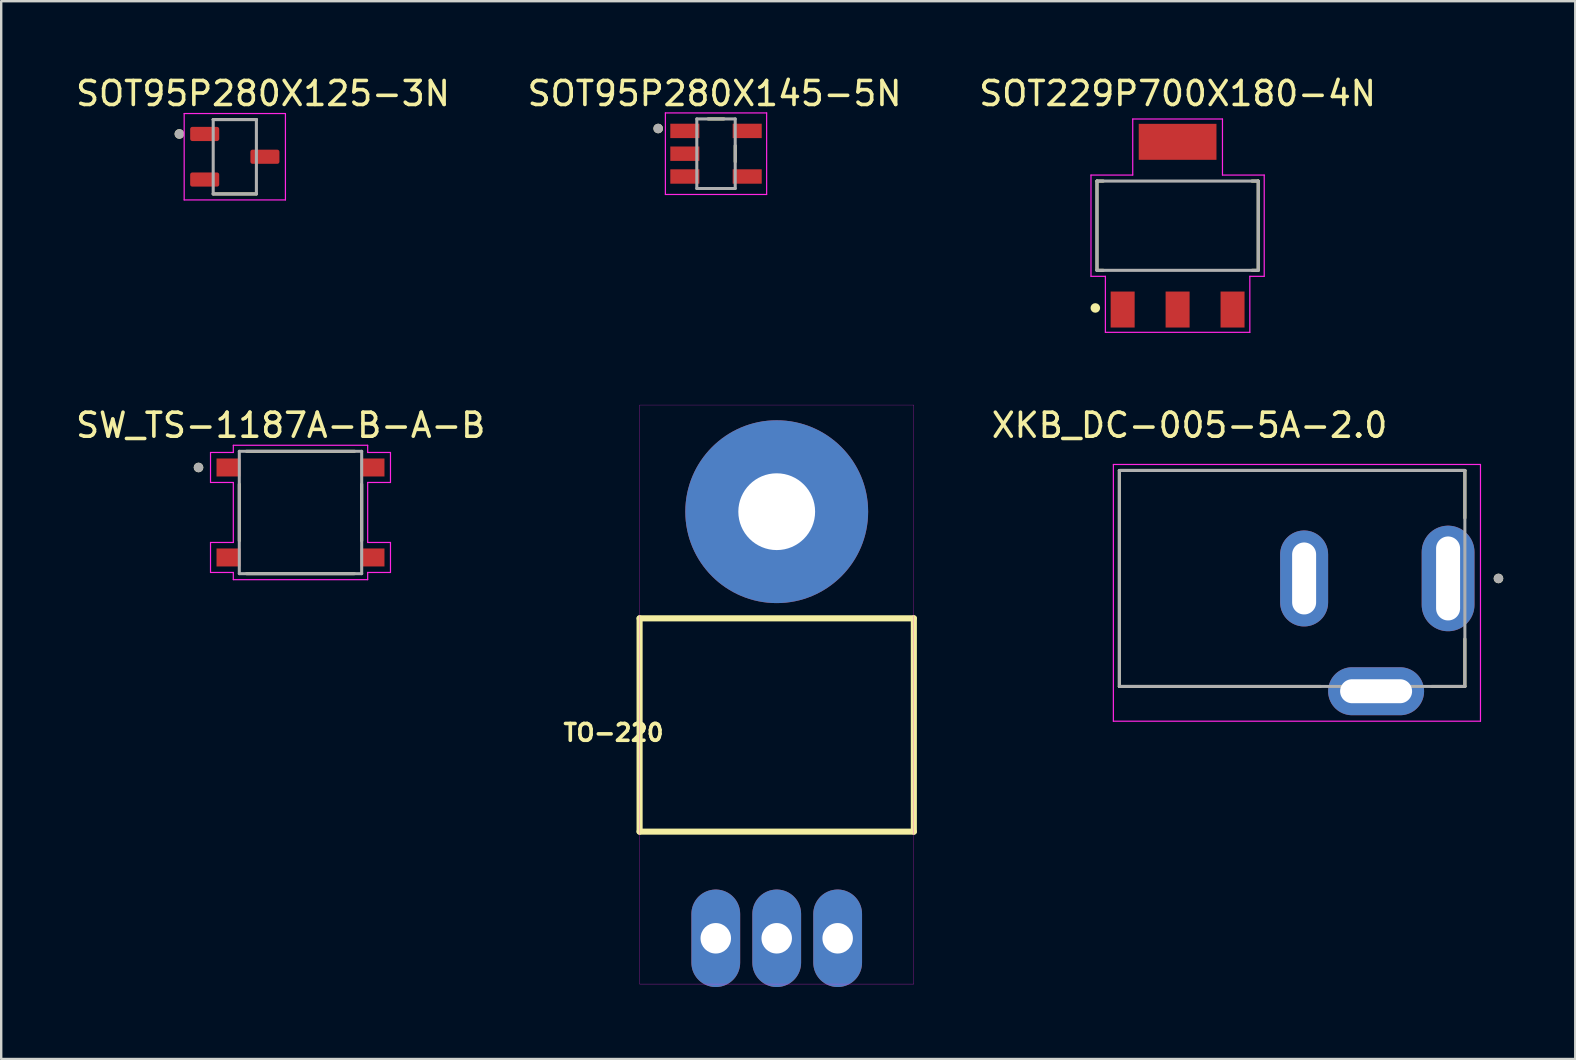
<source format=kicad_pcb>
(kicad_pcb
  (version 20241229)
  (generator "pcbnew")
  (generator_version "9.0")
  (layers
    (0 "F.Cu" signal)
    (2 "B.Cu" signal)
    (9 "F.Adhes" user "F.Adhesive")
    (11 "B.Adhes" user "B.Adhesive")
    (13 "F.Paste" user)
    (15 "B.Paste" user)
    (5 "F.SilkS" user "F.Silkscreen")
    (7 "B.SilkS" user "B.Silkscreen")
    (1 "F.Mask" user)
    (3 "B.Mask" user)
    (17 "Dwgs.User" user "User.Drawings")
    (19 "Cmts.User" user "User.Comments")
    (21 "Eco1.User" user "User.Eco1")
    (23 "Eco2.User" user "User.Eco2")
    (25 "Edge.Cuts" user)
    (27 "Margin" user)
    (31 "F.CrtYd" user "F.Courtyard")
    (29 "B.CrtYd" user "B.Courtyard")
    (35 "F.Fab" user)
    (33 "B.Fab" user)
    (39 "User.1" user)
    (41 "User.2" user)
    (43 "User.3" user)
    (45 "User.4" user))
  (footprint "TO-220"
    (layer "F.Cu")
    (at 29.322 24.626)
    (property "Reference" "TO-220" (at -6.801 2.86 180) (layer "F.SilkS") (effects (font (size 0.701 0.701) (thickness 0.15))))
    (attr through_hole)
    (fp_line (start -5.715 -1.905) (end 5.715 -1.905) (stroke (width 0.254) (type solid)) (layer "F.SilkS"))
    (fp_line (start -5.715 6.985) (end -5.715 -1.905) (stroke (width 0.254) (type solid)) (layer "F.SilkS"))
    (fp_line (start 5.715 -1.905) (end 5.715 6.985) (stroke (width 0.254) (type solid)) (layer "F.SilkS"))
    (fp_line (start 5.715 6.985) (end -5.715 6.985) (stroke (width 0.254) (type solid)) (layer "F.SilkS"))
    (fp_poly (pts (xy -5.716 -10.795) (xy 5.715 -10.795) (xy 5.715 13.338) (xy -5.716 13.338)) (stroke (width 0.01) (type solid)) (fill no) (layer "F.CrtYd"))
    (pad "1" thru_hole oval (at -2.54 11.43) (size 2.032 4.064) (drill 1.27) (layers "*.Cu" "*.Mask"))
    (pad "2" thru_hole oval (at 0 11.43) (size 2.032 4.064) (drill 1.27) (layers "*.Cu" "*.Mask"))
    (pad "3" thru_hole oval (at 2.54 11.43) (size 2.032 4.064) (drill 1.27) (layers "*.Cu" "*.Mask"))
    (pad "HEAT" thru_hole circle (at 0 -6.35) (size 7.62 7.62) (drill 3.2) (layers "*.Cu" "*.Mask")))
  (footprint "XKB_DC-005-5A-2.0"
    (layer "F.Cu")
    (at 51.303 21.059)
    (property "Reference" "XKB_DC-005-5A-2.0" (at -4.775 -6.385 0) (layer "F.SilkS") (effects (font (size 1 1) (thickness 0.15))))
    (attr through_hole)
    (fp_line (start -7.7 -4.5) (end 6.7 -4.5) (stroke (width 0.127) (type solid)) (layer "F.SilkS"))
    (fp_line (start -7.7 4.5) (end -7.7 -4.5) (stroke (width 0.127) (type solid)) (layer "F.SilkS"))
    (fp_line (start 0.68 4.5) (end -7.7 4.5) (stroke (width 0.127) (type solid)) (layer "F.SilkS"))
    (fp_line (start 6.7 -4.5) (end 6.7 -2.52) (stroke (width 0.127) (type solid)) (layer "F.SilkS"))
    (fp_line (start 6.7 4.5) (end 5.32 4.5) (stroke (width 0.127) (type solid)) (layer "F.SilkS"))
    (fp_line (start 6.7 4.5) (end 6.7 2.52) (stroke (width 0.127) (type solid)) (layer "F.SilkS"))
    (fp_circle (center 8.1 0) (end 8.2 0) (stroke (width 0.2) (type solid)) (fill no) (layer "F.SilkS"))
    (fp_line (start -7.95 -4.75) (end -7.95 5.95) (stroke (width 0.05) (type solid)) (layer "F.CrtYd"))
    (fp_line (start -7.95 5.95) (end 7.35 5.95) (stroke (width 0.05) (type solid)) (layer "F.CrtYd"))
    (fp_line (start 7.35 -4.75) (end -7.95 -4.75) (stroke (width 0.05) (type solid)) (layer "F.CrtYd"))
    (fp_line (start 7.35 5.95) (end 7.35 -4.75) (stroke (width 0.05) (type solid)) (layer "F.CrtYd"))
    (fp_line (start -7.7 -4.5) (end 6.7 -4.5) (stroke (width 0.127) (type solid)) (layer "F.Fab"))
    (fp_line (start -7.7 4.5) (end -7.7 -4.5) (stroke (width 0.127) (type solid)) (layer "F.Fab"))
    (fp_line (start 6.7 -4.5) (end 6.7 4.5) (stroke (width 0.127) (type solid)) (layer "F.Fab"))
    (fp_line (start 6.7 4.5) (end -7.7 4.5) (stroke (width 0.127) (type solid)) (layer "F.Fab"))
    (fp_circle (center 8.1 0) (end 8.2 0) (stroke (width 0.2) (type solid)) (fill no) (layer "F.Fab"))
    (pad "1" thru_hole oval (at 6 0) (size 2.2 4.4) (drill oval 1 3.5) (layers "*.Cu" "*.Mask"))
    (pad "2" thru_hole oval (at 0 0) (size 2 4) (drill oval 1 3) (layers "*.Cu" "*.Mask"))
    (pad "3" thru_hole oval (at 3 4.7) (size 4 2) (drill oval 3 1) (layers "*.Cu" "*.Mask")))
  (footprint "SOT95P280X125-3N"
    (layer "F.Cu")
    (at 6.736 3.483)
    (property "Reference" "SOT95P280X125-3N" (at 1.175 -2.635 0) (layer "F.SilkS") (effects (font (size 1 1) (thickness 0.15))))
    (attr through_hole)
    (fp_line (start -0.9 1.55) (end 0.9 1.55) (stroke (width 0.127) (type solid)) (layer "F.SilkS"))
    (fp_line (start 0.9 -1.55) (end -0.9 -1.55) (stroke (width 0.127) (type solid)) (layer "F.SilkS"))
    (fp_circle (center -2.31 -0.95) (end -2.21 -0.95) (stroke (width 0.2) (type solid)) (fill no) (layer "F.SilkS"))
    (fp_line (start -2.11 -1.8) (end 2.11 -1.8) (stroke (width 0.05) (type solid)) (layer "F.CrtYd"))
    (fp_line (start -2.11 1.8) (end -2.11 -1.8) (stroke (width 0.05) (type solid)) (layer "F.CrtYd"))
    (fp_line (start 2.11 -1.8) (end 2.11 1.8) (stroke (width 0.05) (type solid)) (layer "F.CrtYd"))
    (fp_line (start 2.11 1.8) (end -2.11 1.8) (stroke (width 0.05) (type solid)) (layer "F.CrtYd"))
    (fp_line (start -0.9 -1.55) (end -0.9 1.55) (stroke (width 0.127) (type solid)) (layer "F.Fab"))
    (fp_line (start -0.9 1.55) (end 0.9 1.55) (stroke (width 0.127) (type solid)) (layer "F.Fab"))
    (fp_line (start 0.9 -1.55) (end -0.9 -1.55) (stroke (width 0.127) (type solid)) (layer "F.Fab"))
    (fp_line (start 0.9 1.55) (end 0.9 -1.55) (stroke (width 0.127) (type solid)) (layer "F.Fab"))
    (fp_circle (center -2.31 -0.95) (end -2.21 -0.95) (stroke (width 0.2) (type solid)) (fill no) (layer "F.Fab"))
    (pad "1" smd roundrect (at -1.255 -0.95) (size 1.21 0.59) (layers "F.Cu" "F.Mask" "F.Paste") (roundrect_rratio 0.15))
    (pad "2" smd roundrect (at -1.255 0.95) (size 1.21 0.59) (layers "F.Cu" "F.Mask" "F.Paste") (roundrect_rratio 0.15))
    (pad "3" smd roundrect (at 1.255 0) (size 1.21 0.59) (layers "F.Cu" "F.Mask" "F.Paste") (roundrect_rratio 0.15)))
  (footprint "SOT95P280X145-5N"
    (layer "F.Cu")
    (at 26.792 3.356)
    (property "Reference" "SOT95P280X145-5N" (at -0.06 -2.508 0) (layer "F.SilkS") (effects (font (size 1 1) (thickness 0.15))))
    (attr through_hole)
    (fp_line (start -0.33 -1.45) (end 0.33 -1.45) (stroke (width 0.127) (type solid)) (layer "F.SilkS"))
    (fp_line (start 0.33 1.45) (end -0.33 1.45) (stroke (width 0.127) (type solid)) (layer "F.SilkS"))
    (fp_line (start 0.8 -0.335) (end 0.8 0.335) (stroke (width 0.127) (type solid)) (layer "F.SilkS"))
    (fp_circle (center -2.41 -1.05) (end -2.31 -1.05) (stroke (width 0.2) (type solid)) (fill no) (layer "F.SilkS"))
    (fp_line (start -2.11 -1.7) (end 2.11 -1.7) (stroke (width 0.05) (type solid)) (layer "F.CrtYd"))
    (fp_line (start -2.11 1.7) (end -2.11 -1.7) (stroke (width 0.05) (type solid)) (layer "F.CrtYd"))
    (fp_line (start 2.11 -1.7) (end 2.11 1.7) (stroke (width 0.05) (type solid)) (layer "F.CrtYd"))
    (fp_line (start 2.11 1.7) (end -2.11 1.7) (stroke (width 0.05) (type solid)) (layer "F.CrtYd"))
    (fp_line (start -0.8 -1.45) (end 0.8 -1.45) (stroke (width 0.127) (type solid)) (layer "F.Fab"))
    (fp_line (start -0.8 1.45) (end -0.8 -1.45) (stroke (width 0.127) (type solid)) (layer "F.Fab"))
    (fp_line (start 0.8 -1.45) (end 0.8 1.45) (stroke (width 0.127) (type solid)) (layer "F.Fab"))
    (fp_line (start 0.8 1.45) (end -0.8 1.45) (stroke (width 0.127) (type solid)) (layer "F.Fab"))
    (fp_circle (center -2.41 -1.05) (end -2.31 -1.05) (stroke (width 0.2) (type solid)) (fill no) (layer "F.Fab"))
    (pad "1" smd rect (at -1.3 -0.95) (size 1.21 0.6) (layers "F.Cu" "F.Mask" "F.Paste"))
    (pad "2" smd rect (at -1.3 0) (size 1.21 0.6) (layers "F.Cu" "F.Mask" "F.Paste"))
    (pad "3" smd rect (at -1.3 0.95) (size 1.21 0.6) (layers "F.Cu" "F.Mask" "F.Paste"))
    (pad "4" smd rect (at 1.3 0.95) (size 1.21 0.6) (layers "F.Cu" "F.Mask" "F.Paste"))
    (pad "5" smd rect (at 1.3 -0.95) (size 1.21 0.6) (layers "F.Cu" "F.Mask" "F.Paste")))
  (footprint "SOT229P700X180-4N"
    (layer "F.Cu")
    (at 46.03 6.356)
    (property "Reference" "SOT229P700X180-4N" (at 0 -5.508 0) (layer "F.SilkS") (effects (font (size 1 1) (thickness 0.15))))
    (attr smd)
    (fp_line (start -3.36 1.86) (end -3.36 -1.86) (stroke (width 0.127) (type solid)) (layer "F.SilkS"))
    (fp_line (start -3.36 1.86) (end -3.1 1.86) (stroke (width 0.127) (type solid)) (layer "F.SilkS"))
    (fp_line (start -3.1 -1.86) (end -3.36 -1.86) (stroke (width 0.127) (type solid)) (layer "F.SilkS"))
    (fp_line (start 3.11 1.86) (end 3.36 1.86) (stroke (width 0.127) (type solid)) (layer "F.SilkS"))
    (fp_line (start 3.36 -1.86) (end 3.1 -1.86) (stroke (width 0.127) (type solid)) (layer "F.SilkS"))
    (fp_line (start 3.36 1.86) (end 3.36 -1.86) (stroke (width 0.127) (type solid)) (layer "F.SilkS"))
    (fp_circle (center -3.429 3.429) (end -3.329 3.429) (stroke (width 0.2) (type solid)) (fill no) (layer "F.SilkS"))
    (fp_line (start -3.61 -2.11) (end -3.61 2.11) (stroke (width 0.05) (type solid)) (layer "F.CrtYd"))
    (fp_line (start -3.61 2.11) (end -3.01 2.11) (stroke (width 0.05) (type solid)) (layer "F.CrtYd"))
    (fp_line (start -3.01 2.11) (end -3.01 4.445) (stroke (width 0.05) (type solid)) (layer "F.CrtYd"))
    (fp_line (start -3.01 4.445) (end 3.01 4.445) (stroke (width 0.05) (type solid)) (layer "F.CrtYd"))
    (fp_line (start -1.87 -4.445) (end -1.87 -2.11) (stroke (width 0.05) (type solid)) (layer "F.CrtYd"))
    (fp_line (start -1.87 -2.11) (end -3.61 -2.11) (stroke (width 0.05) (type solid)) (layer "F.CrtYd"))
    (fp_line (start 1.87 -4.445) (end -1.87 -4.445) (stroke (width 0.05) (type solid)) (layer "F.CrtYd"))
    (fp_line (start 1.87 -2.11) (end 1.87 -4.445) (stroke (width 0.05) (type solid)) (layer "F.CrtYd"))
    (fp_line (start 3.01 2.11) (end 3.61 2.11) (stroke (width 0.05) (type solid)) (layer "F.CrtYd"))
    (fp_line (start 3.01 4.445) (end 3.01 2.11) (stroke (width 0.05) (type solid)) (layer "F.CrtYd"))
    (fp_line (start 3.61 -2.11) (end 1.87 -2.11) (stroke (width 0.05) (type solid)) (layer "F.CrtYd"))
    (fp_line (start 3.61 2.11) (end 3.61 -2.11) (stroke (width 0.05) (type solid)) (layer "F.CrtYd"))
    (fp_line (start -3.36 -1.86) (end 3.36 -1.86) (stroke (width 0.127) (type solid)) (layer "F.Fab"))
    (fp_line (start -3.36 1.86) (end -3.36 -1.86) (stroke (width 0.127) (type solid)) (layer "F.Fab"))
    (fp_line (start 3.36 -1.86) (end 3.36 1.86) (stroke (width 0.127) (type solid)) (layer "F.Fab"))
    (fp_line (start 3.36 1.86) (end -3.36 1.86) (stroke (width 0.127) (type solid)) (layer "F.Fab"))
    (pad "1" smd rect (at -2.29 3.495) (size 1 1.5) (layers "F.Cu" "F.Mask" "F.Paste"))
    (pad "2" smd rect (at 0 3.495) (size 1 1.5) (layers "F.Cu" "F.Mask" "F.Paste"))
    (pad "3" smd rect (at 2.29 3.495) (size 1 1.5) (layers "F.Cu" "F.Mask" "F.Paste"))
    (pad "4" smd rect (at 0 -3.495) (size 3.24 1.5) (layers "F.Cu" "F.Mask" "F.Paste")))
  (footprint "SW_TS-1187A-B-A-B"
    (layer "F.Cu")
    (at 9.474 18.309)
    (property "Reference" "SW_TS-1187A-B-A-B" (at -0.825 -3.635 0) (layer "F.SilkS") (effects (font (size 1 1) (thickness 0.15))))
    (attr through_hole)
    (fp_line (start -2.55 -1.18) (end -2.55 1.18) (stroke (width 0.127) (type solid)) (layer "F.SilkS"))
    (fp_line (start 2.25 -2.55) (end -2.25 -2.55) (stroke (width 0.127) (type solid)) (layer "F.SilkS"))
    (fp_line (start 2.25 2.55) (end -2.25 2.55) (stroke (width 0.127) (type solid)) (layer "F.SilkS"))
    (fp_line (start 2.55 1.18) (end 2.55 -1.18) (stroke (width 0.127) (type solid)) (layer "F.SilkS"))
    (fp_circle (center -4.25 -1.875) (end -4.15 -1.875) (stroke (width 0.2) (type solid)) (fill no) (layer "F.SilkS"))
    (fp_line (start -3.75 -2.5) (end -3.75 -1.25) (stroke (width 0.05) (type solid)) (layer "F.CrtYd"))
    (fp_line (start -3.75 -2.5) (end -2.8 -2.5) (stroke (width 0.05) (type solid)) (layer "F.CrtYd"))
    (fp_line (start -3.75 -1.25) (end -2.8 -1.25) (stroke (width 0.05) (type solid)) (layer "F.CrtYd"))
    (fp_line (start -3.75 1.25) (end -2.8 1.25) (stroke (width 0.05) (type solid)) (layer "F.CrtYd"))
    (fp_line (start -3.75 2.5) (end -3.75 1.25) (stroke (width 0.05) (type solid)) (layer "F.CrtYd"))
    (fp_line (start -3.75 2.5) (end -2.8 2.5) (stroke (width 0.05) (type solid)) (layer "F.CrtYd"))
    (fp_line (start -2.8 -2.8) (end -2.8 -2.5) (stroke (width 0.05) (type solid)) (layer "F.CrtYd"))
    (fp_line (start -2.8 -1.25) (end -2.8 1.25) (stroke (width 0.05) (type solid)) (layer "F.CrtYd"))
    (fp_line (start -2.8 2.8) (end -2.8 2.5) (stroke (width 0.05) (type solid)) (layer "F.CrtYd"))
    (fp_line (start -2.8 2.8) (end 2.8 2.8) (stroke (width 0.05) (type solid)) (layer "F.CrtYd"))
    (fp_line (start 2.8 -2.8) (end -2.8 -2.8) (stroke (width 0.05) (type solid)) (layer "F.CrtYd"))
    (fp_line (start 2.8 -2.8) (end 2.8 -2.5) (stroke (width 0.05) (type solid)) (layer "F.CrtYd"))
    (fp_line (start 2.8 -1.25) (end 2.8 1.25) (stroke (width 0.05) (type solid)) (layer "F.CrtYd"))
    (fp_line (start 2.8 2.8) (end 2.8 2.5) (stroke (width 0.05) (type solid)) (layer "F.CrtYd"))
    (fp_line (start 3.75 -2.5) (end 2.8 -2.5) (stroke (width 0.05) (type solid)) (layer "F.CrtYd"))
    (fp_line (start 3.75 -2.5) (end 3.75 -1.25) (stroke (width 0.05) (type solid)) (layer "F.CrtYd"))
    (fp_line (start 3.75 -1.25) (end 2.8 -1.25) (stroke (width 0.05) (type solid)) (layer "F.CrtYd"))
    (fp_line (start 3.75 1.25) (end 2.8 1.25) (stroke (width 0.05) (type solid)) (layer "F.CrtYd"))
    (fp_line (start 3.75 2.5) (end 2.8 2.5) (stroke (width 0.05) (type solid)) (layer "F.CrtYd"))
    (fp_line (start 3.75 2.5) (end 3.75 1.25) (stroke (width 0.05) (type solid)) (layer "F.CrtYd"))
    (fp_line (start -2.55 -2.55) (end -2.55 2.55) (stroke (width 0.127) (type solid)) (layer "F.Fab"))
    (fp_line (start -2.55 2.55) (end 2.55 2.55) (stroke (width 0.127) (type solid)) (layer "F.Fab"))
    (fp_line (start 2.55 -2.55) (end -2.55 -2.55) (stroke (width 0.127) (type solid)) (layer "F.Fab"))
    (fp_line (start 2.55 2.55) (end 2.55 -2.55) (stroke (width 0.127) (type solid)) (layer "F.Fab"))
    (fp_circle (center -4.25 -1.875) (end -4.15 -1.875) (stroke (width 0.2) (type solid)) (fill no) (layer "F.Fab"))
    (pad "A" smd rect (at -3 -1.875) (size 1 0.75) (layers "F.Cu" "F.Mask" "F.Paste"))
    (pad "B" smd rect (at 3 -1.875) (size 1 0.75) (layers "F.Cu" "F.Mask" "F.Paste"))
    (pad "C" smd rect (at -3 1.875) (size 1 0.75) (layers "F.Cu" "F.Mask" "F.Paste"))
    (pad "D" smd rect (at 3 1.875) (size 1 0.75) (layers "F.Cu" "F.Mask" "F.Paste")))
  (gr_rect
    (start -3 -3)
    (end 62.603 41.088)
    (stroke (width 0.1) (type default))
    (fill no)
    (layer "Edge.Cuts")))
</source>
